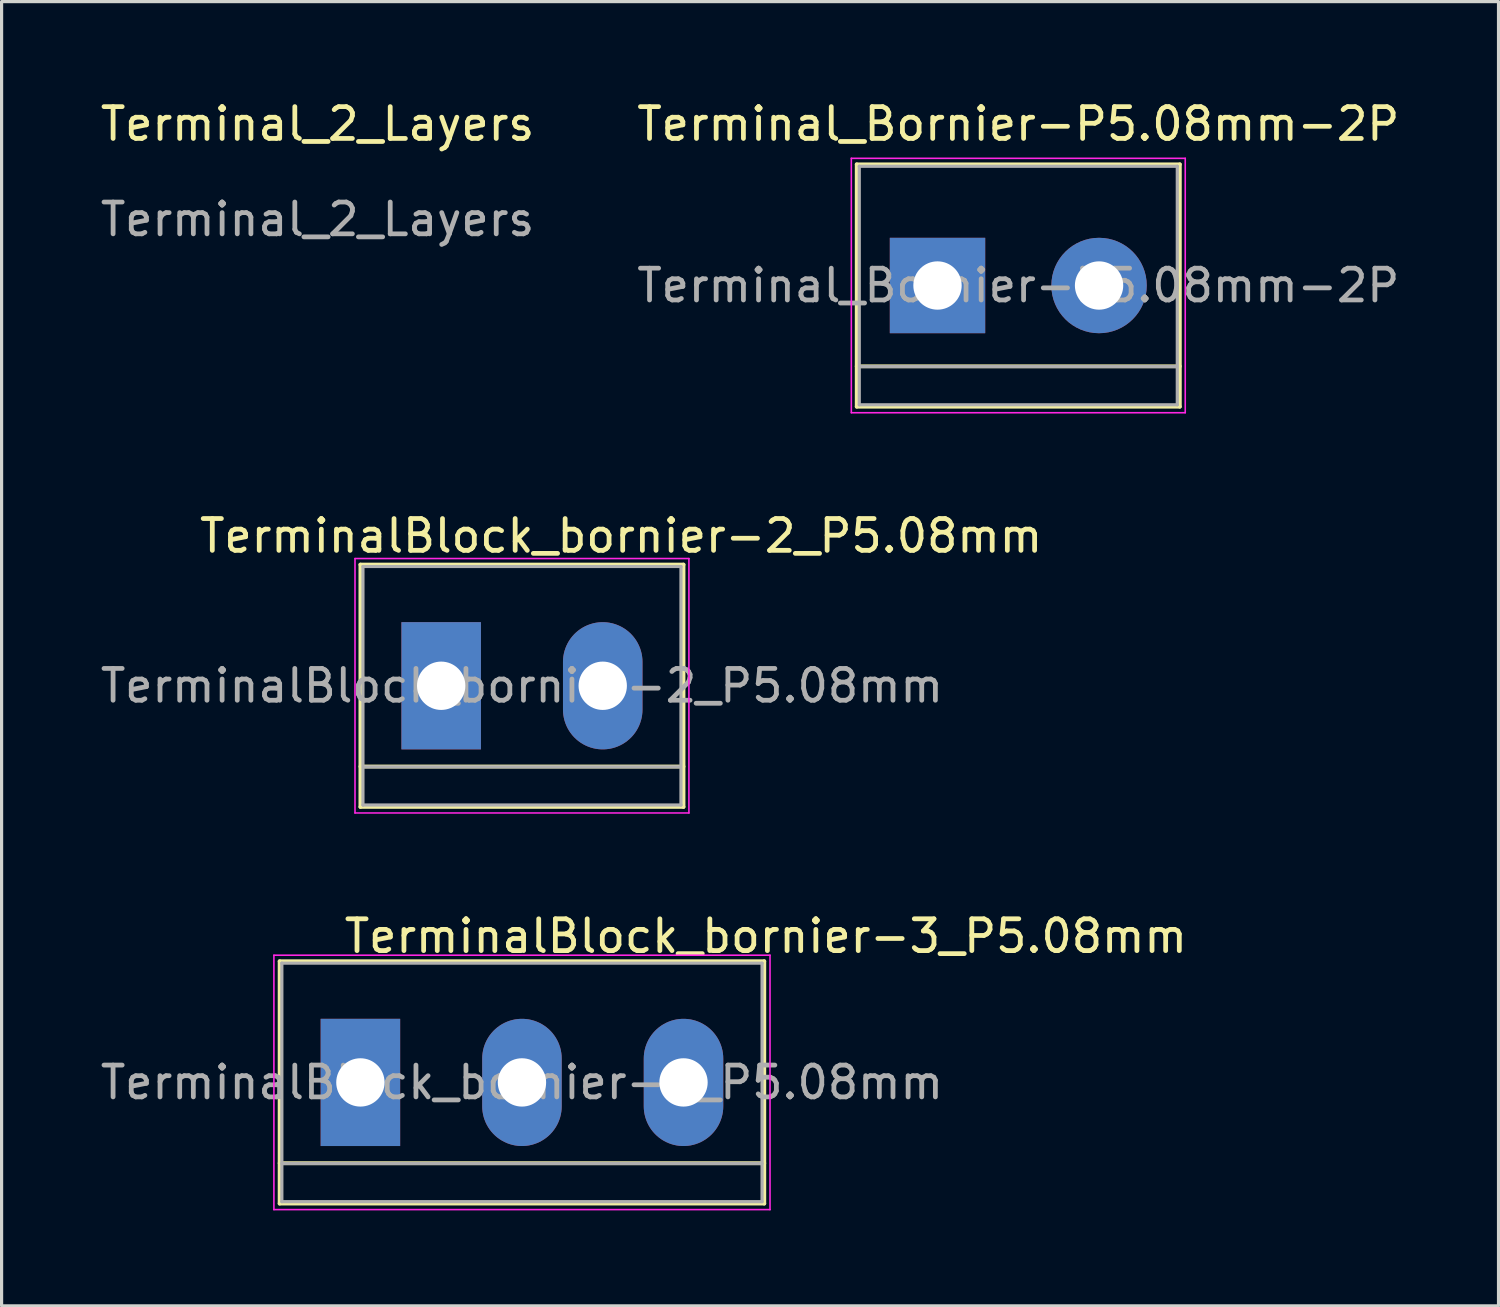
<source format=kicad_pcb>
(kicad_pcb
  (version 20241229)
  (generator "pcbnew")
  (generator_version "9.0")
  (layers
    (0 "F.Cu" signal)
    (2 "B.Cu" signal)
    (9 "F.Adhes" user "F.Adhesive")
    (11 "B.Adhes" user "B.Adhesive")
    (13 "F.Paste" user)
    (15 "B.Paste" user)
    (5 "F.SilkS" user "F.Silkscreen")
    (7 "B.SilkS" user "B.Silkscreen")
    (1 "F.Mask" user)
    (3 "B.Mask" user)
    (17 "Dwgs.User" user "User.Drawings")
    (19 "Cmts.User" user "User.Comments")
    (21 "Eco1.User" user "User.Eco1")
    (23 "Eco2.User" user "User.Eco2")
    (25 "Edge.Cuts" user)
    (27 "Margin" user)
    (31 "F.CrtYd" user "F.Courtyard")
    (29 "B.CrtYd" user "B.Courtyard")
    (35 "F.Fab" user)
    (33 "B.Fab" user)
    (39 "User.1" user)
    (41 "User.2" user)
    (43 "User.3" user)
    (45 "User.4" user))
  (footprint "Terminal_2_Layers"
    (layer "F.Cu")
    (at 6.935 1.348)
    (property "Reference" "Terminal_2_Layers" (at 0 -0.5 0) (unlocked yes) (layer "F.SilkS") (effects (font (size 1 1) (thickness 0.15))))
    (attr through_hole)
    (fp_text user "${REFERENCE}" (at 0 2.5 0) (unlocked yes) (layer "F.Fab") (effects (font (size 1 1) (thickness 0.15)))))
  (footprint "Terminal_Bornier-P5.08mm-2P"
    (layer "F.Cu")
    (at 26.43 5.928)
    (property "Reference" "Terminal_Bornier-P5.08mm-2P" (at 2.54 -5.08 0) (layer "F.SilkS") (effects (font (size 1 1) (thickness 0.15))))
    (attr through_hole)
    (fp_line (start -2.54 -3.81) (end -2.54 3.81) (stroke (width 0.12) (type solid)) (layer "F.SilkS"))
    (fp_line (start -2.54 3.81) (end 7.62 3.81) (stroke (width 0.12) (type solid)) (layer "F.SilkS"))
    (fp_line (start 7.62 -3.81) (end -2.54 -3.81) (stroke (width 0.12) (type solid)) (layer "F.SilkS"))
    (fp_line (start 7.62 2.54) (end -2.54 2.54) (stroke (width 0.12) (type solid)) (layer "F.SilkS"))
    (fp_line (start 7.62 3.81) (end 7.62 -3.81) (stroke (width 0.12) (type solid)) (layer "F.SilkS"))
    (fp_line (start -2.71 -4) (end -2.71 4) (stroke (width 0.05) (type solid)) (layer "F.CrtYd"))
    (fp_line (start -2.71 -4) (end 7.79 -4) (stroke (width 0.05) (type solid)) (layer "F.CrtYd"))
    (fp_line (start 7.79 4) (end -2.71 4) (stroke (width 0.05) (type solid)) (layer "F.CrtYd"))
    (fp_line (start 7.79 4) (end 7.79 -4) (stroke (width 0.05) (type solid)) (layer "F.CrtYd"))
    (fp_line (start -2.46 -3.75) (end -2.46 3.75) (stroke (width 0.1) (type solid)) (layer "F.Fab"))
    (fp_line (start -2.46 3.75) (end 7.54 3.75) (stroke (width 0.1) (type solid)) (layer "F.Fab"))
    (fp_line (start -2.41 2.55) (end 7.49 2.55) (stroke (width 0.1) (type solid)) (layer "F.Fab"))
    (fp_line (start 7.54 -3.75) (end -2.46 -3.75) (stroke (width 0.1) (type solid)) (layer "F.Fab"))
    (fp_line (start 7.54 3.75) (end 7.54 -3.75) (stroke (width 0.1) (type solid)) (layer "F.Fab"))
    (fp_text user "${REFERENCE}" (at 2.54 0 0) (layer "F.Fab") (effects (font (size 1 1) (thickness 0.15))))
    (pad "1" thru_hole rect (at 0 0) (size 3 3) (drill 1.52) (layers "*.Cu" "*.Mask"))
    (pad "2" thru_hole circle (at 5.08 0) (size 3 3) (drill 1.52) (layers "*.Cu" "*.Mask")))
  (footprint "TerminalBlock_bornier-2_P5.08mm"
    (layer "F.Cu")
    (at 10.823 18.514)
    (property "Reference" "TerminalBlock_bornier-2_P5.08mm" (at 5.66 -4.713 0) (layer "F.SilkS") (effects (font (size 1 1) (thickness 0.15))))
    (attr through_hole)
    (fp_line (start -2.54 -3.81) (end -2.54 3.81) (stroke (width 0.12) (type solid)) (layer "F.SilkS"))
    (fp_line (start -2.54 3.81) (end 7.62 3.81) (stroke (width 0.12) (type solid)) (layer "F.SilkS"))
    (fp_line (start 7.62 -3.81) (end -2.54 -3.81) (stroke (width 0.12) (type solid)) (layer "F.SilkS"))
    (fp_line (start 7.62 2.54) (end -2.54 2.54) (stroke (width 0.12) (type solid)) (layer "F.SilkS"))
    (fp_line (start 7.62 3.81) (end 7.62 -3.81) (stroke (width 0.12) (type solid)) (layer "F.SilkS"))
    (fp_line (start -2.71 -4) (end -2.71 4) (stroke (width 0.05) (type solid)) (layer "F.CrtYd"))
    (fp_line (start -2.71 -4) (end 7.79 -4) (stroke (width 0.05) (type solid)) (layer "F.CrtYd"))
    (fp_line (start 7.79 4) (end -2.71 4) (stroke (width 0.05) (type solid)) (layer "F.CrtYd"))
    (fp_line (start 7.79 4) (end 7.79 -4) (stroke (width 0.05) (type solid)) (layer "F.CrtYd"))
    (fp_line (start -2.46 -3.75) (end -2.46 3.75) (stroke (width 0.1) (type solid)) (layer "F.Fab"))
    (fp_line (start -2.46 3.75) (end 7.54 3.75) (stroke (width 0.1) (type solid)) (layer "F.Fab"))
    (fp_line (start -2.41 2.55) (end 7.49 2.55) (stroke (width 0.1) (type solid)) (layer "F.Fab"))
    (fp_line (start 7.54 -3.75) (end -2.46 -3.75) (stroke (width 0.1) (type solid)) (layer "F.Fab"))
    (fp_line (start 7.54 3.75) (end 7.54 -3.75) (stroke (width 0.1) (type solid)) (layer "F.Fab"))
    (fp_text user "${REFERENCE}" (at 2.54 0 0) (layer "F.Fab") (effects (font (size 1 1) (thickness 0.15))))
    (pad "1" thru_hole rect (at 0 0) (size 2.5 4) (drill oval 1.52) (layers "*.Cu" "*.Mask"))
    (pad "2" thru_hole oval (at 5.08 0) (size 2.5 4) (drill 1.52) (layers "*.Cu" "*.Mask")))
  (footprint "TerminalBlock_bornier-3_P5.08mm"
    (layer "F.Cu")
    (at 8.283 30.987)
    (property "Reference" "TerminalBlock_bornier-3_P5.08mm" (at 12.75 -4.6 0) (layer "F.SilkS") (effects (font (size 1 1) (thickness 0.15))))
    (attr through_hole)
    (fp_line (start -2.54 -3.81) (end 12.7 -3.81) (stroke (width 0.12) (type solid)) (layer "F.SilkS"))
    (fp_line (start -2.54 2.54) (end 12.7 2.54) (stroke (width 0.12) (type solid)) (layer "F.SilkS"))
    (fp_line (start -2.54 3.81) (end -2.54 -3.81) (stroke (width 0.12) (type solid)) (layer "F.SilkS"))
    (fp_line (start -2.54 3.81) (end 12.7 3.81) (stroke (width 0.12) (type solid)) (layer "F.SilkS"))
    (fp_line (start 12.7 3.81) (end 12.7 -3.81) (stroke (width 0.12) (type solid)) (layer "F.SilkS"))
    (fp_line (start -2.72 -4) (end -2.72 4) (stroke (width 0.05) (type solid)) (layer "F.CrtYd"))
    (fp_line (start -2.72 -4) (end 12.88 -4) (stroke (width 0.05) (type solid)) (layer "F.CrtYd"))
    (fp_line (start 12.88 4) (end -2.72 4) (stroke (width 0.05) (type solid)) (layer "F.CrtYd"))
    (fp_line (start 12.88 4) (end 12.88 -4) (stroke (width 0.05) (type solid)) (layer "F.CrtYd"))
    (fp_line (start -2.47 -3.75) (end 12.63 -3.75) (stroke (width 0.1) (type solid)) (layer "F.Fab"))
    (fp_line (start -2.47 2.55) (end 12.63 2.55) (stroke (width 0.1) (type solid)) (layer "F.Fab"))
    (fp_line (start -2.47 3.75) (end -2.47 -3.75) (stroke (width 0.1) (type solid)) (layer "F.Fab"))
    (fp_line (start 12.63 -3.75) (end 12.63 3.75) (stroke (width 0.1) (type solid)) (layer "F.Fab"))
    (fp_line (start 12.63 3.75) (end -2.47 3.75) (stroke (width 0.1) (type solid)) (layer "F.Fab"))
    (fp_text user "${REFERENCE}" (at 5.08 0 0) (layer "F.Fab") (effects (font (size 1 1) (thickness 0.15))))
    (pad "1" thru_hole rect (at 0 0) (size 2.5 4) (drill oval 1.52) (layers "*.Cu" "*.Mask"))
    (pad "2" thru_hole oval (at 5.08 0) (size 2.5 4) (drill oval 1.52) (layers "*.Cu" "*.Mask"))
    (pad "3" thru_hole oval (at 10.16 0) (size 2.5 4) (drill oval 1.52) (layers "*.Cu" "*.Mask")))
  (gr_rect
    (start -3 -3)
    (end 44.071 38.012)
    (stroke (width 0.1) (type default))
    (fill no)
    (layer "Edge.Cuts")))
</source>
